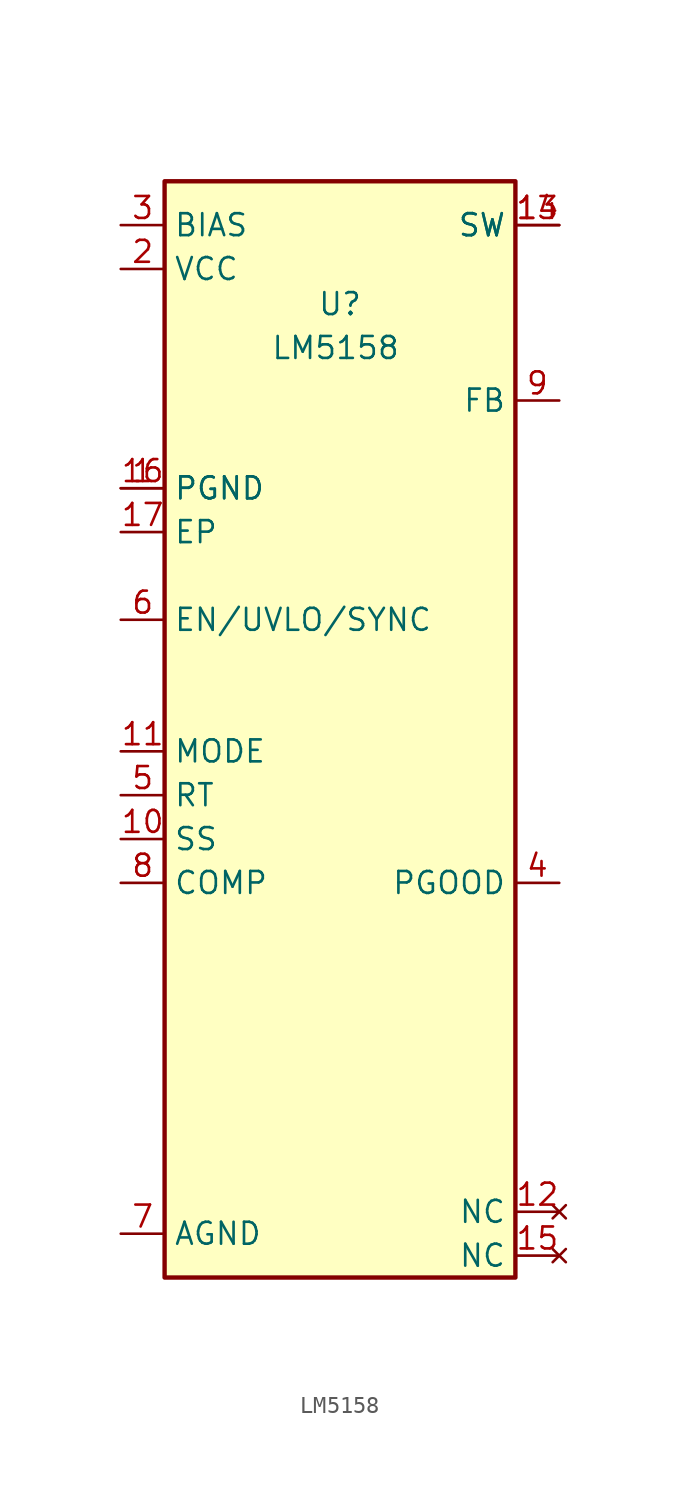
<source format=kicad_sym>
(kicad_symbol_lib
  (version 20241209)
  (generator "kicad_symbol_editor")
  (generator_version "9.0")
  (symbol "LM5158"
    (property "Reference" "U"
      (at 0 8.128 0)
      (effects (font (size 1.27 1.27))))
    (property "Value" "LM5158"
      (at -0.254 5.588 0)
      (effects (font (size 1.27 1.27))))
    (symbol "LM5158_0_0"
      (pin power_out line (at -12.7 10.16 0) (length 2.54) (name "VCC" (effects (font (size 1.27 1.27)))) (number "2" (effects (font (size 1.27 1.27)))))
      (pin power_in line (at -12.7 -2.54 0) (length 2.54) (name "PGND" (effects (font (size 1.27 1.27)))) (number "1" (effects (font (size 1.27 1.27)))))
      (pin power_in line (at -12.7 -2.54 0) (length 2.54) (name "PGND" (effects (font (size 1.27 1.27)))) (number "16" (effects (font (size 1.27 1.27)))))
      (pin power_in line (at -12.7 -5.08 0) (length 2.54) (name "EP" (effects (font (size 1.27 1.27)))) (number "17" (effects (font (size 1.27 1.27)))))
      (pin input line (at -12.7 -17.78 0) (length 2.54) (name "MODE" (effects (font (size 1.27 1.27)))) (number "11" (effects (font (size 1.27 1.27)))))
      (pin input line (at -12.7 -20.32 0) (length 2.54) (name "RT" (effects (font (size 1.27 1.27)))) (number "5" (effects (font (size 1.27 1.27)))))
      (pin input line (at -12.7 -22.86 0) (length 2.54) (name "SS" (effects (font (size 1.27 1.27)))) (number "10" (effects (font (size 1.27 1.27)))))
      (pin output line (at -12.7 -25.4 0) (length 2.54) (name "COMP" (effects (font (size 1.27 1.27)))) (number "8" (effects (font (size 1.27 1.27)))))
      (pin power_in line (at -12.7 -45.72 0) (length 2.54) (name "AGND" (effects (font (size 1.27 1.27)))) (number "7" (effects (font (size 1.27 1.27)))))
      (pin power_out line (at 12.7 12.7 180) (length 2.54) (name "SW" (effects (font (size 1.27 1.27)))) (number "13" (effects (font (size 1.27 1.27)))))
      (pin power_out line (at 12.7 12.7 180) (length 2.54) (name "SW" (effects (font (size 1.27 1.27)))) (number "14" (effects (font (size 1.27 1.27)))))
      (pin input line (at 12.7 2.54 180) (length 2.54) (name "FB" (effects (font (size 1.27 1.27)))) (number "9" (effects (font (size 1.27 1.27)))))
      (pin output line (at 12.7 -25.4 180) (length 2.54) (name "PGOOD" (effects (font (size 1.27 1.27)))) (number "4" (effects (font (size 1.27 1.27)))))
      (pin no_connect line (at 12.7 -44.45 180) (length 2.54) (name "NC" (effects (font (size 1.27 1.27)))) (number "12" (effects (font (size 1.27 1.27)))))
      (pin no_connect line (at 12.7 -46.99 180) (length 2.54) (name "NC" (effects (font (size 1.27 1.27)))) (number "15" (effects (font (size 1.27 1.27))))))
    (symbol "LM5158_0_1"
      (rectangle (start -10.16 15.24) (end 10.16 -48.26) (stroke (width 0.254) (type default)) (fill (type background))))
    (symbol "LM5158_1_0"
      (pin power_in line (at -12.7 12.7 0) (length 2.54) (name "BIAS" (effects (font (size 1.27 1.27)))) (number "3" (effects (font (size 1.27 1.27)))))
      (pin input line (at -12.7 -10.16 0) (length 2.54) (name "EN/UVLO/SYNC" (effects (font (size 1.27 1.27)))) (number "6" (effects (font (size 1.27 1.27))))))))
</source>
